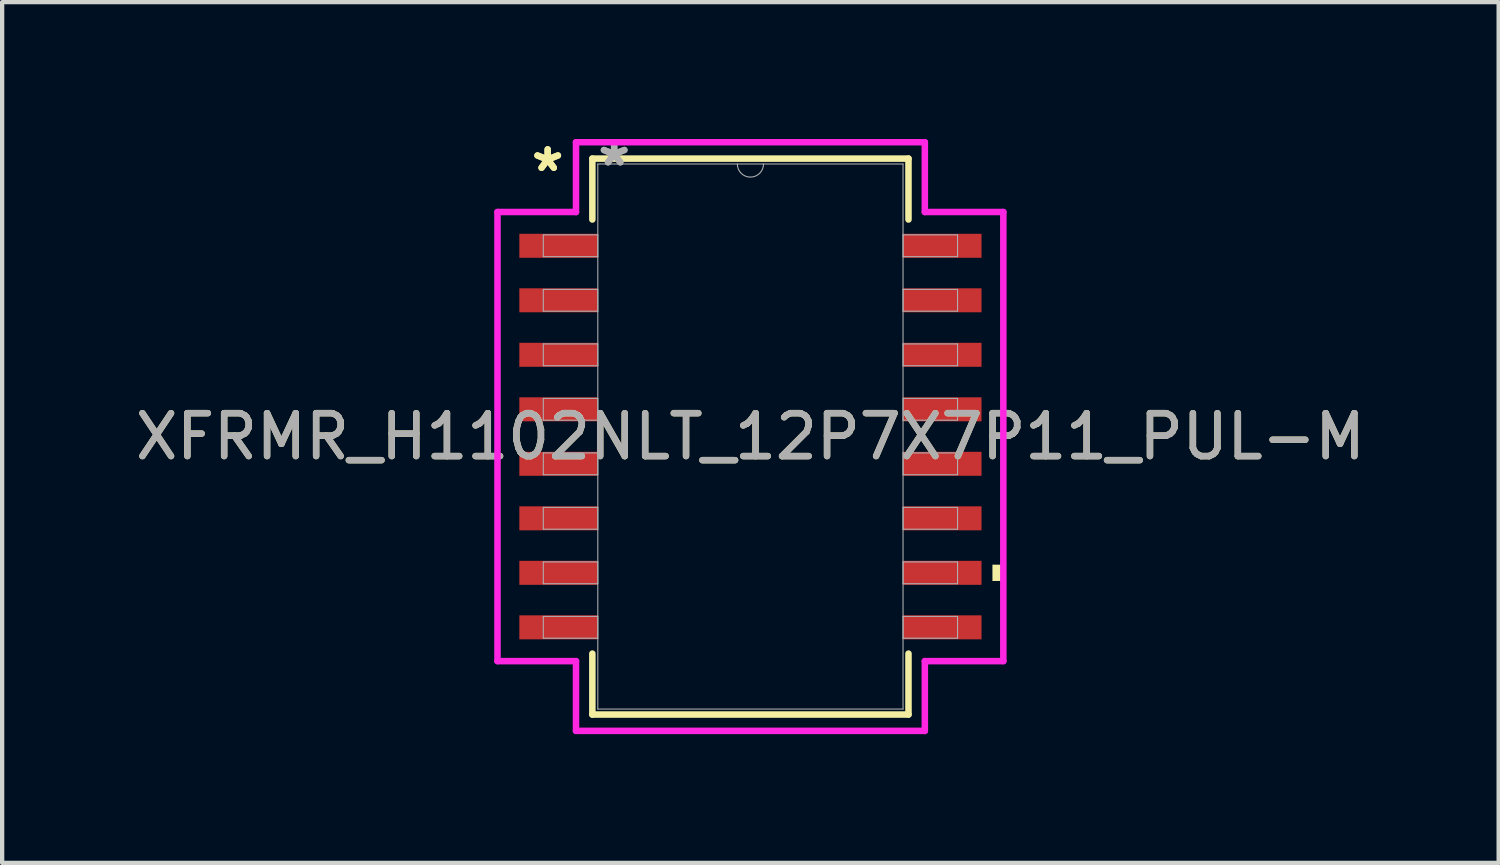
<source format=kicad_pcb>
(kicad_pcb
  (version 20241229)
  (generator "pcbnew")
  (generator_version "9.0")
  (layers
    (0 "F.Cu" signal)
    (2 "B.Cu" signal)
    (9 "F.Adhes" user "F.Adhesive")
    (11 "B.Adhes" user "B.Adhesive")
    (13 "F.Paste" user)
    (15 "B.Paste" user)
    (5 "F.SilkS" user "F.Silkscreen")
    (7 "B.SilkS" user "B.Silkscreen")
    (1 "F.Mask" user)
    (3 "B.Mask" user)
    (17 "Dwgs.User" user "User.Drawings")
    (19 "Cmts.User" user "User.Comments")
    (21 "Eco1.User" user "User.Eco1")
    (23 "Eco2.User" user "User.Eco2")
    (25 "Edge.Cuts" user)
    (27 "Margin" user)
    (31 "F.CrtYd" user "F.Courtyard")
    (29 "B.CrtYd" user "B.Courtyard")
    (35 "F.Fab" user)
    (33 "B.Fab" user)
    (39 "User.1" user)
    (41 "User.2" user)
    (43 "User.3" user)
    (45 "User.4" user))
  (footprint "XFRMR_H1102NLT_12P7X7P11_PUL-M"
    (layer "F.Cu")
    (at 14.435 7.122)
    (property "Reference" "XFRMR_H1102NLT_12P7X7P11_PUL-M" (at 0 0 0) (unlocked yes) (layer "F.SilkS") (effects (font (size 1 1) (thickness 0.15))))
    (attr smd)
    (fp_line (start -3.683 -6.477) (end -3.683 -5.057) (stroke (width 0.152) (type solid)) (layer "F.SilkS"))
    (fp_line (start -3.683 5.057) (end -3.683 6.477) (stroke (width 0.152) (type solid)) (layer "F.SilkS"))
    (fp_line (start -3.683 6.477) (end 3.683 6.477) (stroke (width 0.152) (type solid)) (layer "F.SilkS"))
    (fp_line (start 3.683 -6.477) (end -3.683 -6.477) (stroke (width 0.152) (type solid)) (layer "F.SilkS"))
    (fp_line (start 3.683 -5.057) (end 3.683 -6.477) (stroke (width 0.152) (type solid)) (layer "F.SilkS"))
    (fp_line (start 3.683 6.477) (end 3.683 5.057) (stroke (width 0.152) (type solid)) (layer "F.SilkS"))
    (fp_poly (pts (xy 5.893 2.985) (xy 5.893 3.365) (xy 5.639 3.365) (xy 5.639 2.985)) (stroke (width 0) (type solid)) (fill yes) (layer "F.SilkS"))
    (fp_line (start -5.893 -5.232) (end -4.064 -5.232) (stroke (width 0.152) (type solid)) (layer "F.CrtYd"))
    (fp_line (start -5.893 5.232) (end -5.893 -5.232) (stroke (width 0.152) (type solid)) (layer "F.CrtYd"))
    (fp_line (start -5.893 5.232) (end -4.064 5.232) (stroke (width 0.152) (type solid)) (layer "F.CrtYd"))
    (fp_line (start -4.064 -6.858) (end 4.064 -6.858) (stroke (width 0.152) (type solid)) (layer "F.CrtYd"))
    (fp_line (start -4.064 -5.232) (end -4.064 -6.858) (stroke (width 0.152) (type solid)) (layer "F.CrtYd"))
    (fp_line (start -4.064 6.858) (end -4.064 5.232) (stroke (width 0.152) (type solid)) (layer "F.CrtYd"))
    (fp_line (start 4.064 -6.858) (end 4.064 -5.232) (stroke (width 0.152) (type solid)) (layer "F.CrtYd"))
    (fp_line (start 4.064 5.232) (end 4.064 6.858) (stroke (width 0.152) (type solid)) (layer "F.CrtYd"))
    (fp_line (start 4.064 6.858) (end -4.064 6.858) (stroke (width 0.152) (type solid)) (layer "F.CrtYd"))
    (fp_line (start 5.893 -5.232) (end 4.064 -5.232) (stroke (width 0.152) (type solid)) (layer "F.CrtYd"))
    (fp_line (start 5.893 -5.232) (end 5.893 5.232) (stroke (width 0.152) (type solid)) (layer "F.CrtYd"))
    (fp_line (start 5.893 5.232) (end 4.064 5.232) (stroke (width 0.152) (type solid)) (layer "F.CrtYd"))
    (fp_line (start -4.826 -4.699) (end -4.826 -4.191) (stroke (width 0.025) (type solid)) (layer "F.Fab"))
    (fp_line (start -4.826 -4.191) (end -3.556 -4.191) (stroke (width 0.025) (type solid)) (layer "F.Fab"))
    (fp_line (start -4.826 -3.429) (end -4.826 -2.921) (stroke (width 0.025) (type solid)) (layer "F.Fab"))
    (fp_line (start -4.826 -2.921) (end -3.556 -2.921) (stroke (width 0.025) (type solid)) (layer "F.Fab"))
    (fp_line (start -4.826 -2.159) (end -4.826 -1.651) (stroke (width 0.025) (type solid)) (layer "F.Fab"))
    (fp_line (start -4.826 -1.651) (end -3.556 -1.651) (stroke (width 0.025) (type solid)) (layer "F.Fab"))
    (fp_line (start -4.826 -0.889) (end -4.826 -0.381) (stroke (width 0.025) (type solid)) (layer "F.Fab"))
    (fp_line (start -4.826 -0.381) (end -3.556 -0.381) (stroke (width 0.025) (type solid)) (layer "F.Fab"))
    (fp_line (start -4.826 0.381) (end -4.826 0.889) (stroke (width 0.025) (type solid)) (layer "F.Fab"))
    (fp_line (start -4.826 0.889) (end -3.556 0.889) (stroke (width 0.025) (type solid)) (layer "F.Fab"))
    (fp_line (start -4.826 1.651) (end -4.826 2.159) (stroke (width 0.025) (type solid)) (layer "F.Fab"))
    (fp_line (start -4.826 2.159) (end -3.556 2.159) (stroke (width 0.025) (type solid)) (layer "F.Fab"))
    (fp_line (start -4.826 2.921) (end -4.826 3.429) (stroke (width 0.025) (type solid)) (layer "F.Fab"))
    (fp_line (start -4.826 3.429) (end -3.556 3.429) (stroke (width 0.025) (type solid)) (layer "F.Fab"))
    (fp_line (start -4.826 4.191) (end -4.826 4.699) (stroke (width 0.025) (type solid)) (layer "F.Fab"))
    (fp_line (start -4.826 4.699) (end -3.556 4.699) (stroke (width 0.025) (type solid)) (layer "F.Fab"))
    (fp_line (start -3.556 -6.35) (end -3.556 6.35) (stroke (width 0.025) (type solid)) (layer "F.Fab"))
    (fp_line (start -3.556 -4.699) (end -4.826 -4.699) (stroke (width 0.025) (type solid)) (layer "F.Fab"))
    (fp_line (start -3.556 -4.191) (end -3.556 -4.699) (stroke (width 0.025) (type solid)) (layer "F.Fab"))
    (fp_line (start -3.556 -3.429) (end -4.826 -3.429) (stroke (width 0.025) (type solid)) (layer "F.Fab"))
    (fp_line (start -3.556 -2.921) (end -3.556 -3.429) (stroke (width 0.025) (type solid)) (layer "F.Fab"))
    (fp_line (start -3.556 -2.159) (end -4.826 -2.159) (stroke (width 0.025) (type solid)) (layer "F.Fab"))
    (fp_line (start -3.556 -1.651) (end -3.556 -2.159) (stroke (width 0.025) (type solid)) (layer "F.Fab"))
    (fp_line (start -3.556 -0.889) (end -4.826 -0.889) (stroke (width 0.025) (type solid)) (layer "F.Fab"))
    (fp_line (start -3.556 -0.381) (end -3.556 -0.889) (stroke (width 0.025) (type solid)) (layer "F.Fab"))
    (fp_line (start -3.556 0.381) (end -4.826 0.381) (stroke (width 0.025) (type solid)) (layer "F.Fab"))
    (fp_line (start -3.556 0.889) (end -3.556 0.381) (stroke (width 0.025) (type solid)) (layer "F.Fab"))
    (fp_line (start -3.556 1.651) (end -4.826 1.651) (stroke (width 0.025) (type solid)) (layer "F.Fab"))
    (fp_line (start -3.556 2.159) (end -3.556 1.651) (stroke (width 0.025) (type solid)) (layer "F.Fab"))
    (fp_line (start -3.556 2.921) (end -4.826 2.921) (stroke (width 0.025) (type solid)) (layer "F.Fab"))
    (fp_line (start -3.556 3.429) (end -3.556 2.921) (stroke (width 0.025) (type solid)) (layer "F.Fab"))
    (fp_line (start -3.556 4.191) (end -4.826 4.191) (stroke (width 0.025) (type solid)) (layer "F.Fab"))
    (fp_line (start -3.556 4.699) (end -3.556 4.191) (stroke (width 0.025) (type solid)) (layer "F.Fab"))
    (fp_line (start -3.556 6.35) (end 3.556 6.35) (stroke (width 0.025) (type solid)) (layer "F.Fab"))
    (fp_line (start 3.556 -6.35) (end -3.556 -6.35) (stroke (width 0.025) (type solid)) (layer "F.Fab"))
    (fp_line (start 3.556 -4.699) (end 3.556 -4.191) (stroke (width 0.025) (type solid)) (layer "F.Fab"))
    (fp_line (start 3.556 -4.191) (end 4.826 -4.191) (stroke (width 0.025) (type solid)) (layer "F.Fab"))
    (fp_line (start 3.556 -3.429) (end 3.556 -2.921) (stroke (width 0.025) (type solid)) (layer "F.Fab"))
    (fp_line (start 3.556 -2.921) (end 4.826 -2.921) (stroke (width 0.025) (type solid)) (layer "F.Fab"))
    (fp_line (start 3.556 -2.159) (end 3.556 -1.651) (stroke (width 0.025) (type solid)) (layer "F.Fab"))
    (fp_line (start 3.556 -1.651) (end 4.826 -1.651) (stroke (width 0.025) (type solid)) (layer "F.Fab"))
    (fp_line (start 3.556 -0.889) (end 3.556 -0.381) (stroke (width 0.025) (type solid)) (layer "F.Fab"))
    (fp_line (start 3.556 -0.381) (end 4.826 -0.381) (stroke (width 0.025) (type solid)) (layer "F.Fab"))
    (fp_line (start 3.556 0.381) (end 3.556 0.889) (stroke (width 0.025) (type solid)) (layer "F.Fab"))
    (fp_line (start 3.556 0.889) (end 4.826 0.889) (stroke (width 0.025) (type solid)) (layer "F.Fab"))
    (fp_line (start 3.556 1.651) (end 3.556 2.159) (stroke (width 0.025) (type solid)) (layer "F.Fab"))
    (fp_line (start 3.556 2.159) (end 4.826 2.159) (stroke (width 0.025) (type solid)) (layer "F.Fab"))
    (fp_line (start 3.556 2.921) (end 3.556 3.429) (stroke (width 0.025) (type solid)) (layer "F.Fab"))
    (fp_line (start 3.556 3.429) (end 4.826 3.429) (stroke (width 0.025) (type solid)) (layer "F.Fab"))
    (fp_line (start 3.556 4.191) (end 3.556 4.699) (stroke (width 0.025) (type solid)) (layer "F.Fab"))
    (fp_line (start 3.556 4.699) (end 4.826 4.699) (stroke (width 0.025) (type solid)) (layer "F.Fab"))
    (fp_line (start 3.556 6.35) (end 3.556 -6.35) (stroke (width 0.025) (type solid)) (layer "F.Fab"))
    (fp_line (start 4.826 -4.699) (end 3.556 -4.699) (stroke (width 0.025) (type solid)) (layer "F.Fab"))
    (fp_line (start 4.826 -4.191) (end 4.826 -4.699) (stroke (width 0.025) (type solid)) (layer "F.Fab"))
    (fp_line (start 4.826 -3.429) (end 3.556 -3.429) (stroke (width 0.025) (type solid)) (layer "F.Fab"))
    (fp_line (start 4.826 -2.921) (end 4.826 -3.429) (stroke (width 0.025) (type solid)) (layer "F.Fab"))
    (fp_line (start 4.826 -2.159) (end 3.556 -2.159) (stroke (width 0.025) (type solid)) (layer "F.Fab"))
    (fp_line (start 4.826 -1.651) (end 4.826 -2.159) (stroke (width 0.025) (type solid)) (layer "F.Fab"))
    (fp_line (start 4.826 -0.889) (end 3.556 -0.889) (stroke (width 0.025) (type solid)) (layer "F.Fab"))
    (fp_line (start 4.826 -0.381) (end 4.826 -0.889) (stroke (width 0.025) (type solid)) (layer "F.Fab"))
    (fp_line (start 4.826 0.381) (end 3.556 0.381) (stroke (width 0.025) (type solid)) (layer "F.Fab"))
    (fp_line (start 4.826 0.889) (end 4.826 0.381) (stroke (width 0.025) (type solid)) (layer "F.Fab"))
    (fp_line (start 4.826 1.651) (end 3.556 1.651) (stroke (width 0.025) (type solid)) (layer "F.Fab"))
    (fp_line (start 4.826 2.159) (end 4.826 1.651) (stroke (width 0.025) (type solid)) (layer "F.Fab"))
    (fp_line (start 4.826 2.921) (end 3.556 2.921) (stroke (width 0.025) (type solid)) (layer "F.Fab"))
    (fp_line (start 4.826 3.429) (end 4.826 2.921) (stroke (width 0.025) (type solid)) (layer "F.Fab"))
    (fp_line (start 4.826 4.191) (end 3.556 4.191) (stroke (width 0.025) (type solid)) (layer "F.Fab"))
    (fp_line (start 4.826 4.699) (end 4.826 4.191) (stroke (width 0.025) (type solid)) (layer "F.Fab"))
    (fp_arc (start 0.3048 -6.35) (mid 0 -6.0452) (end -0.3048 -6.35) (stroke (width 0.0254) (type solid)) (layer "F.Fab"))
    (fp_text user "*" (at -4.724 -6.147 0) (layer "F.SilkS") (effects (font (size 1 1) (thickness 0.15))))
    (fp_text user "*" (at -4.724 -6.147 0) (unlocked yes) (layer "F.SilkS") (effects (font (size 1 1) (thickness 0.15))))
    (fp_text user "*" (at -3.175 -6.274 0) (layer "F.Fab") (effects (font (size 1 1) (thickness 0.15))))
    (fp_text user "*" (at -3.175 -6.274 0) (unlocked yes) (layer "F.Fab") (effects (font (size 1 1) (thickness 0.15))))
    (fp_text user "${REFERENCE}" (at 0 0 0) (unlocked yes) (layer "F.Fab") (effects (font (size 1 1) (thickness 0.15))))
    (pad "1" smd rect (at -4.47 -4.445) (size 1.829 0.559) (layers "F.Cu" "F.Mask" "F.Paste"))
    (pad "2" smd rect (at -4.47 -3.175) (size 1.829 0.559) (layers "F.Cu" "F.Mask" "F.Paste"))
    (pad "3" smd rect (at -4.47 -1.905) (size 1.829 0.559) (layers "F.Cu" "F.Mask" "F.Paste"))
    (pad "4" smd rect (at -4.47 -0.635) (size 1.829 0.559) (layers "F.Cu" "F.Mask" "F.Paste"))
    (pad "5" smd rect (at -4.47 0.635) (size 1.829 0.559) (layers "F.Cu" "F.Mask" "F.Paste"))
    (pad "6" smd rect (at -4.47 1.905) (size 1.829 0.559) (layers "F.Cu" "F.Mask" "F.Paste"))
    (pad "7" smd rect (at -4.47 3.175) (size 1.829 0.559) (layers "F.Cu" "F.Mask" "F.Paste"))
    (pad "8" smd rect (at -4.47 4.445) (size 1.829 0.559) (layers "F.Cu" "F.Mask" "F.Paste"))
    (pad "9" smd rect (at 4.47 4.445) (size 1.829 0.559) (layers "F.Cu" "F.Mask" "F.Paste"))
    (pad "10" smd rect (at 4.47 3.175) (size 1.829 0.559) (layers "F.Cu" "F.Mask" "F.Paste"))
    (pad "11" smd rect (at 4.47 1.905) (size 1.829 0.559) (layers "F.Cu" "F.Mask" "F.Paste"))
    (pad "12" smd rect (at 4.47 0.635) (size 1.829 0.559) (layers "F.Cu" "F.Mask" "F.Paste"))
    (pad "13" smd rect (at 4.47 -0.635) (size 1.829 0.559) (layers "F.Cu" "F.Mask" "F.Paste"))
    (pad "14" smd rect (at 4.47 -1.905) (size 1.829 0.559) (layers "F.Cu" "F.Mask" "F.Paste"))
    (pad "15" smd rect (at 4.47 -3.175) (size 1.829 0.559) (layers "F.Cu" "F.Mask" "F.Paste"))
    (pad "16" smd rect (at 4.47 -4.445) (size 1.829 0.559) (layers "F.Cu" "F.Mask" "F.Paste")))
  (gr_rect
    (start -3 -3)
    (end 31.869 17.056)
    (stroke (width 0.1) (type default))
    (fill no)
    (layer "Edge.Cuts")))
</source>
